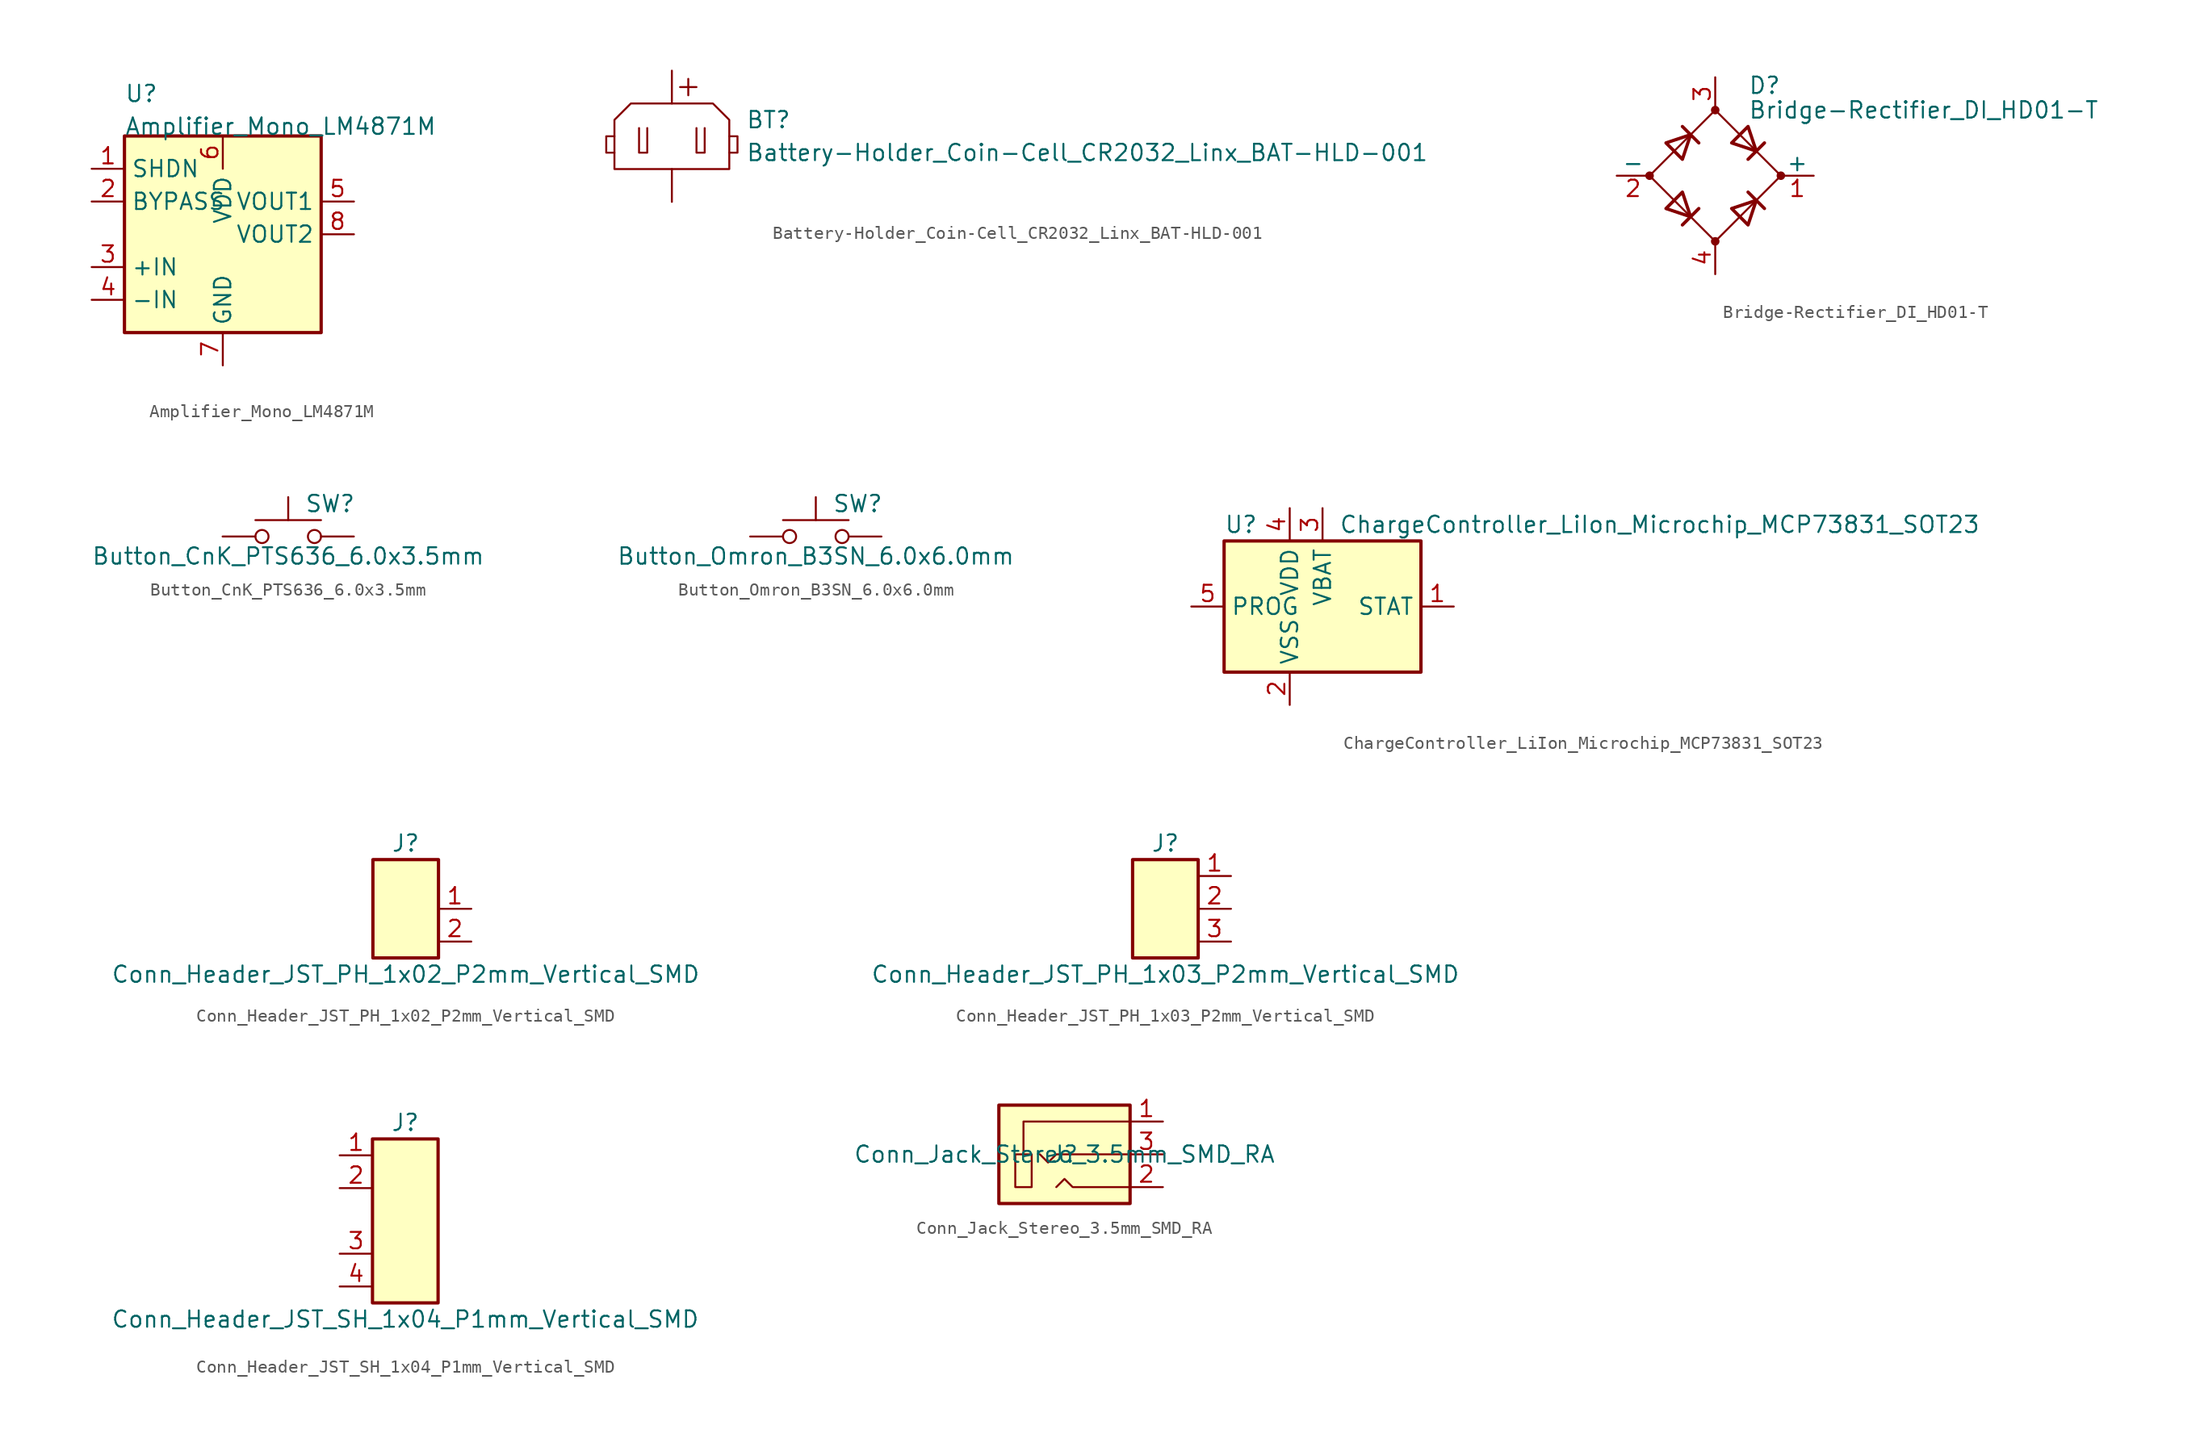
<source format=kicad_sym>
(kicad_symbol_lib
  (version 20211014)
  (generator kicad_symbol_editor)
  (symbol "Amplifier_Mono_LM4871M"
    (property "Reference" "U"
      (at -7.62 10.16 0)
      (effects (font (size 1.27 1.27)) (justify left bottom)))
    (property "Value" "Amplifier_Mono_LM4871M"
      (at -7.62 7.62 0)
      (effects (font (size 1.27 1.27)) (justify left bottom)))
    (symbol "Amplifier_Mono_LM4871M_0_1"
      (rectangle (start -7.62 7.62) (end 7.62 -7.62) (stroke (width 0.254) (type default) (color 0 0 0 0)) (fill (type background))))
    (symbol "Amplifier_Mono_LM4871M_1_1"
      (pin input line (at -10.16 5.08 0) (length 2.54) (name "SHDN" (effects (font (size 1.27 1.27)))) (number "1" (effects (font (size 1.27 1.27)))))
      (pin passive line (at -10.16 2.54 0) (length 2.54) (name "BYPASS" (effects (font (size 1.27 1.27)))) (number "2" (effects (font (size 1.27 1.27)))))
      (pin input line (at -10.16 -2.54 0) (length 2.54) (name "+IN" (effects (font (size 1.27 1.27)))) (number "3" (effects (font (size 1.27 1.27)))))
      (pin input line (at -10.16 -5.08 0) (length 2.54) (name "-IN" (effects (font (size 1.27 1.27)))) (number "4" (effects (font (size 1.27 1.27)))))
      (pin output line (at 10.16 2.54 180) (length 2.54) (name "VOUT1" (effects (font (size 1.27 1.27)))) (number "5" (effects (font (size 1.27 1.27)))))
      (pin power_in line (at 0 7.62 270) (length 2.54) (name "VDD" (effects (font (size 1.27 1.27)))) (number "6" (effects (font (size 1.27 1.27)))))
      (pin power_in line (at 0 -10.16 90) (length 2.54) (name "GND" (effects (font (size 1.27 1.27)))) (number "7" (effects (font (size 1.27 1.27)))))
      (pin output line (at 10.16 0 180) (length 2.54) (name "VOUT2" (effects (font (size 1.27 1.27)))) (number "8" (effects (font (size 1.27 1.27)))))))
  (symbol "Battery-Holder_Coin-Cell_CR2032_Linx_BAT-HLD-001"
    (pin_numbers hide)
    (pin_names
      (offset 0) hide)
    (property "Reference" "BT"
      (at 5.715 1.27 0)
      (effects (font (size 1.27 1.27)) (justify left)))
    (property "Value" "Battery-Holder_Coin-Cell_CR2032_Linx_BAT-HLD-001"
      (at 5.715 -1.27 0)
      (effects (font (size 1.27 1.27)) (justify left)))
    (symbol "Battery-Holder_Coin-Cell_CR2032_Linx_BAT-HLD-001_0_1"
      (polyline (pts (xy 0.635 3.81) (xy 1.905 3.81)) (stroke (width 0) (type default) (color 0 0 0 0)) (fill (type none)))
      (polyline (pts (xy 1.27 4.445) (xy 1.27 3.175)) (stroke (width 0) (type default) (color 0 0 0 0)) (fill (type none)))
      (polyline (pts (xy -4.445 0) (xy -5.08 0) (xy -5.08 -1.27) (xy -4.445 -1.27)) (stroke (width 0) (type default) (color 0 0 0 0)) (fill (type none)))
      (polyline (pts (xy -2.54 0.635) (xy -2.54 -1.27) (xy -1.905 -1.27) (xy -1.905 0.635)) (stroke (width 0) (type default) (color 0 0 0 0)) (fill (type none)))
      (polyline (pts (xy 1.905 0.635) (xy 1.905 -1.27) (xy 2.54 -1.27) (xy 2.54 0.635)) (stroke (width 0) (type default) (color 0 0 0 0)) (fill (type none)))
      (polyline (pts (xy 4.445 0) (xy 5.08 0) (xy 5.08 -1.27) (xy 4.445 -1.27)) (stroke (width 0) (type default) (color 0 0 0 0)) (fill (type none)))
      (polyline (pts (xy -3.175 2.54) (xy 3.175 2.54) (xy 4.445 1.27) (xy 4.445 -2.54) (xy -4.445 -2.54) (xy -4.445 1.27) (xy -3.175 2.54)) (stroke (width 0) (type default) (color 0 0 0 0)) (fill (type none))))
    (symbol "Battery-Holder_Coin-Cell_CR2032_Linx_BAT-HLD-001_1_1"
      (pin passive line (at 0 5.08 270) (length 2.54) (name "+" (effects (font (size 1.27 1.27)))) (number "1" (effects (font (size 1.27 1.27)))))
      (pin passive line (at 0 -5.08 90) (length 2.54) (name "-" (effects (font (size 1.27 1.27)))) (number "2" (effects (font (size 1.27 1.27)))))))
  (symbol "Bridge-Rectifier_DI_HD01-T"
    (pin_names
      (offset 0))
    (property "Reference" "D"
      (at 2.54 6.985 0)
      (effects (font (size 1.27 1.27)) (justify left)))
    (property "Value" "Bridge-Rectifier_DI_HD01-T"
      (at 2.54 5.08 0)
      (effects (font (size 1.27 1.27)) (justify left)))
    (symbol "Bridge-Rectifier_DI_HD01-T_0_1"
      (circle (center -5.08 0) (radius 0.254) (stroke (width 0) (type default) (color 0 0 0 0)) (fill (type outline)))
      (circle (center 0 -5.08) (radius 0.254) (stroke (width 0) (type default) (color 0 0 0 0)) (fill (type outline)))
      (polyline (pts (xy -2.54 3.81) (xy -1.27 2.54)) (stroke (width 0.254) (type default) (color 0 0 0 0)) (fill (type none)))
      (polyline (pts (xy -1.27 -2.54) (xy -2.54 -3.81)) (stroke (width 0.254) (type default) (color 0 0 0 0)) (fill (type none)))
      (polyline (pts (xy 2.54 -1.27) (xy 3.81 -2.54)) (stroke (width 0.254) (type default) (color 0 0 0 0)) (fill (type none)))
      (polyline (pts (xy 2.54 1.27) (xy 3.81 2.54)) (stroke (width 0.254) (type default) (color 0 0 0 0)) (fill (type none)))
      (polyline (pts (xy -3.81 2.54) (xy -2.54 1.27) (xy -1.905 3.175) (xy -3.81 2.54)) (stroke (width 0.254) (type default) (color 0 0 0 0)) (fill (type none)))
      (polyline (pts (xy -2.54 -1.27) (xy -3.81 -2.54) (xy -1.905 -3.175) (xy -2.54 -1.27)) (stroke (width 0.254) (type default) (color 0 0 0 0)) (fill (type none)))
      (polyline (pts (xy 1.27 2.54) (xy 2.54 3.81) (xy 3.175 1.905) (xy 1.27 2.54)) (stroke (width 0.254) (type default) (color 0 0 0 0)) (fill (type none)))
      (polyline (pts (xy 3.175 -1.905) (xy 1.27 -2.54) (xy 2.54 -3.81) (xy 3.175 -1.905)) (stroke (width 0.254) (type default) (color 0 0 0 0)) (fill (type none)))
      (polyline (pts (xy -5.08 0) (xy 0 -5.08) (xy 5.08 0) (xy 0 5.08) (xy -5.08 0)) (stroke (width 0) (type default) (color 0 0 0 0)) (fill (type none)))
      (circle (center 0 5.08) (radius 0.254) (stroke (width 0) (type default) (color 0 0 0 0)) (fill (type outline)))
      (circle (center 5.08 0) (radius 0.254) (stroke (width 0) (type default) (color 0 0 0 0)) (fill (type outline))))
    (symbol "Bridge-Rectifier_DI_HD01-T_1_1"
      (pin passive line (at 7.62 0 180) (length 2.54) (name "+" (effects (font (size 1.27 1.27)))) (number "1" (effects (font (size 1.27 1.27)))))
      (pin passive line (at -7.62 0 0) (length 2.54) (name "-" (effects (font (size 1.27 1.27)))) (number "2" (effects (font (size 1.27 1.27)))))
      (pin passive line (at 0 7.62 270) (length 2.54) (name "~" (effects (font (size 1.27 1.27)))) (number "3" (effects (font (size 1.27 1.27)))))
      (pin passive line (at 0 -7.62 90) (length 2.54) (name "~" (effects (font (size 1.27 1.27)))) (number "4" (effects (font (size 1.27 1.27)))))))
  (symbol "Button_CnK_PTS636_6.0x3.5mm"
    (pin_numbers hide)
    (pin_names
      (offset 1.016) hide)
    (property "Reference" "SW"
      (at 1.27 2.54 0)
      (effects (font (size 1.27 1.27)) (justify left)))
    (property "Value" "Button_CnK_PTS636_6.0x3.5mm"
      (at 0 -1.524 0)
      (effects (font (size 1.27 1.27))))
    (symbol "Button_CnK_PTS636_6.0x3.5mm_0_1"
      (circle (center -2.032 0) (radius 0.508) (stroke (width 0) (type default) (color 0 0 0 0)) (fill (type none)))
      (polyline (pts (xy 0 1.27) (xy 0 3.048)) (stroke (width 0) (type default) (color 0 0 0 0)) (fill (type none)))
      (polyline (pts (xy 2.54 1.27) (xy -2.54 1.27)) (stroke (width 0) (type default) (color 0 0 0 0)) (fill (type none)))
      (circle (center 2.032 0) (radius 0.508) (stroke (width 0) (type default) (color 0 0 0 0)) (fill (type none)))
      (pin passive line (at -5.08 0 0) (length 2.54) (name "1" (effects (font (size 1.27 1.27)))) (number "1" (effects (font (size 1.27 1.27)))))
      (pin passive line (at 5.08 0 180) (length 2.54) (name "2" (effects (font (size 1.27 1.27)))) (number "2" (effects (font (size 1.27 1.27)))))))
  (symbol "Button_Omron_B3SN_6.0x6.0mm"
    (pin_numbers hide)
    (pin_names
      (offset 1.016) hide)
    (property "Reference" "SW"
      (at 1.27 2.54 0)
      (effects (font (size 1.27 1.27)) (justify left)))
    (property "Value" "Button_Omron_B3SN_6.0x6.0mm"
      (at 0 -1.524 0)
      (effects (font (size 1.27 1.27))))
    (symbol "Button_Omron_B3SN_6.0x6.0mm_0_1"
      (circle (center -2.032 0) (radius 0.508) (stroke (width 0) (type default) (color 0 0 0 0)) (fill (type none)))
      (polyline (pts (xy 0 1.27) (xy 0 3.048)) (stroke (width 0) (type default) (color 0 0 0 0)) (fill (type none)))
      (polyline (pts (xy 2.54 1.27) (xy -2.54 1.27)) (stroke (width 0) (type default) (color 0 0 0 0)) (fill (type none)))
      (circle (center 2.032 0) (radius 0.508) (stroke (width 0) (type default) (color 0 0 0 0)) (fill (type none)))
      (pin passive line (at -5.08 0 0) (length 2.54) (name "1" (effects (font (size 1.27 1.27)))) (number "1" (effects (font (size 1.27 1.27)))))
      (pin passive line (at 5.08 0 180) (length 2.54) (name "2" (effects (font (size 1.27 1.27)))) (number "2" (effects (font (size 1.27 1.27)))))))
  (symbol "ChargeController_LiIon_Microchip_MCP73831_SOT23"
    (property "Reference" "U"
      (at -7.62 6.35 0)
      (effects (font (size 1.27 1.27)) (justify left)))
    (property "Value" "ChargeController_LiIon_Microchip_MCP73831_SOT23"
      (at 1.27 6.35 0)
      (effects (font (size 1.27 1.27)) (justify left)))
    (symbol "ChargeController_LiIon_Microchip_MCP73831_SOT23_0_1"
      (rectangle (start -7.62 5.08) (end 7.62 -5.08) (stroke (width 0.254) (type default) (color 0 0 0 0)) (fill (type background))))
    (symbol "ChargeController_LiIon_Microchip_MCP73831_SOT23_1_1"
      (pin output line (at 10.16 0 180) (length 2.54) (name "STAT" (effects (font (size 1.27 1.27)))) (number "1" (effects (font (size 1.27 1.27)))))
      (pin power_in line (at -2.54 -7.62 90) (length 2.54) (name "VSS" (effects (font (size 1.27 1.27)))) (number "2" (effects (font (size 1.27 1.27)))))
      (pin power_in line (at 0 7.62 270) (length 2.54) (name "VBAT" (effects (font (size 1.27 1.27)))) (number "3" (effects (font (size 1.27 1.27)))))
      (pin power_in line (at -2.54 7.62 270) (length 2.54) (name "VDD" (effects (font (size 1.27 1.27)))) (number "4" (effects (font (size 1.27 1.27)))))
      (pin input line (at -10.16 0 0) (length 2.54) (name "PROG" (effects (font (size 1.27 1.27)))) (number "5" (effects (font (size 1.27 1.27)))))))
  (symbol "Conn_Header_JST_PH_1x02_P2mm_Vertical_SMD"
    (property "Reference" "J"
      (at 0 5.08 0)
      (effects (font (size 1.27 1.27))))
    (property "Value" "Conn_Header_JST_PH_1x02_P2mm_Vertical_SMD"
      (at 0 -5.08 0)
      (effects (font (size 1.27 1.27))))
    (symbol "Conn_Header_JST_PH_1x02_P2mm_Vertical_SMD_0_1"
      (rectangle (start -2.54 3.81) (end 2.54 -3.81) (stroke (width 0.254) (type default) (color 0 0 0 0)) (fill (type background))))
    (symbol "Conn_Header_JST_PH_1x02_P2mm_Vertical_SMD_1_1"
      (pin passive line (at 5.08 0 180) (length 2.54) (name "~" (effects (font (size 1.27 1.27)))) (number "1" (effects (font (size 1.27 1.27)))))
      (pin passive line (at 5.08 -2.54 180) (length 2.54) (name "~" (effects (font (size 1.27 1.27)))) (number "2" (effects (font (size 1.27 1.27)))))))
  (symbol "Conn_Header_JST_PH_1x03_P2mm_Vertical_SMD"
    (property "Reference" "J"
      (at 0 5.08 0)
      (effects (font (size 1.27 1.27))))
    (property "Value" "Conn_Header_JST_PH_1x03_P2mm_Vertical_SMD"
      (at 0 -5.08 0)
      (effects (font (size 1.27 1.27))))
    (symbol "Conn_Header_JST_PH_1x03_P2mm_Vertical_SMD_0_1"
      (rectangle (start -2.54 3.81) (end 2.54 -3.81) (stroke (width 0.254) (type default) (color 0 0 0 0)) (fill (type background))))
    (symbol "Conn_Header_JST_PH_1x03_P2mm_Vertical_SMD_1_1"
      (pin passive line (at 5.08 2.54 180) (length 2.54) (name "~" (effects (font (size 1.27 1.27)))) (number "1" (effects (font (size 1.27 1.27)))))
      (pin passive line (at 5.08 0 180) (length 2.54) (name "~" (effects (font (size 1.27 1.27)))) (number "2" (effects (font (size 1.27 1.27)))))
      (pin passive line (at 5.08 -2.54 180) (length 2.54) (name "~" (effects (font (size 1.27 1.27)))) (number "3" (effects (font (size 1.27 1.27)))))))
  (symbol "Conn_Header_JST_SH_1x04_P1mm_Vertical_SMD"
    (property "Reference" "J"
      (at 0 7.62 0)
      (effects (font (size 1.27 1.27))))
    (property "Value" "Conn_Header_JST_SH_1x04_P1mm_Vertical_SMD"
      (at 0 -7.62 0)
      (effects (font (size 1.27 1.27))))
    (symbol "Conn_Header_JST_SH_1x04_P1mm_Vertical_SMD_0_1"
      (rectangle (start -2.54 6.35) (end 2.54 -6.35) (stroke (width 0.254) (type default) (color 0 0 0 0)) (fill (type background))))
    (symbol "Conn_Header_JST_SH_1x04_P1mm_Vertical_SMD_1_1"
      (pin passive line (at -5.08 5.08 0) (length 2.54) (name "~" (effects (font (size 1.27 1.27)))) (number "1" (effects (font (size 1.27 1.27)))))
      (pin passive line (at -5.08 2.54 0) (length 2.54) (name "~" (effects (font (size 1.27 1.27)))) (number "2" (effects (font (size 1.27 1.27)))))
      (pin passive line (at -5.08 -2.54 0) (length 2.54) (name "~" (effects (font (size 1.27 1.27)))) (number "3" (effects (font (size 1.27 1.27)))))
      (pin passive line (at -5.08 -5.08 0) (length 2.54) (name "~" (effects (font (size 1.27 1.27)))) (number "4" (effects (font (size 1.27 1.27)))))))
  (symbol "Conn_Jack_Stereo_3.5mm_SMD_RA"
    (property "Reference" "J"
      (at 0 0 0)
      (effects (font (size 1.27 1.27))))
    (property "Value" "Conn_Jack_Stereo_3.5mm_SMD_RA"
      (at 0 0 0)
      (effects (font (size 1.27 1.27))))
    (symbol "Conn_Jack_Stereo_3.5mm_SMD_RA_0_1"
      (rectangle (start -5.08 3.81) (end 5.08 -3.81) (stroke (width 0.254) (type default) (color 0 0 0 0)) (fill (type background)))
      (polyline (pts (xy 5.08 -2.54) (xy 0.635 -2.54) (xy 0 -1.905) (xy -0.635 -2.54)) (stroke (width 0) (type default) (color 0 0 0 0)) (fill (type none)))
      (polyline (pts (xy 5.08 0) (xy -0.635 0) (xy -1.27 -0.635) (xy -1.905 0)) (stroke (width 0) (type default) (color 0 0 0 0)) (fill (type none)))
      (polyline (pts (xy 5.08 2.54) (xy -3.175 2.54) (xy -3.175 0) (xy -3.81 0) (xy -3.81 -2.54) (xy -2.54 -2.54) (xy -2.54 0) (xy -3.175 0)) (stroke (width 0) (type default) (color 0 0 0 0)) (fill (type none))))
    (symbol "Conn_Jack_Stereo_3.5mm_SMD_RA_1_1"
      (pin passive line (at 7.62 2.54 180) (length 2.54) (name "" (effects (font (size 1.27 1.27)))) (number "1" (effects (font (size 1.27 1.27)))))
      (pin passive line (at 7.62 -2.54 180) (length 2.54) (name "" (effects (font (size 1.27 1.27)))) (number "2" (effects (font (size 1.27 1.27)))))
      (pin passive line (at 7.62 0 180) (length 2.54) (name "" (effects (font (size 1.27 1.27)))) (number "3" (effects (font (size 1.27 1.27))))))))
</source>
